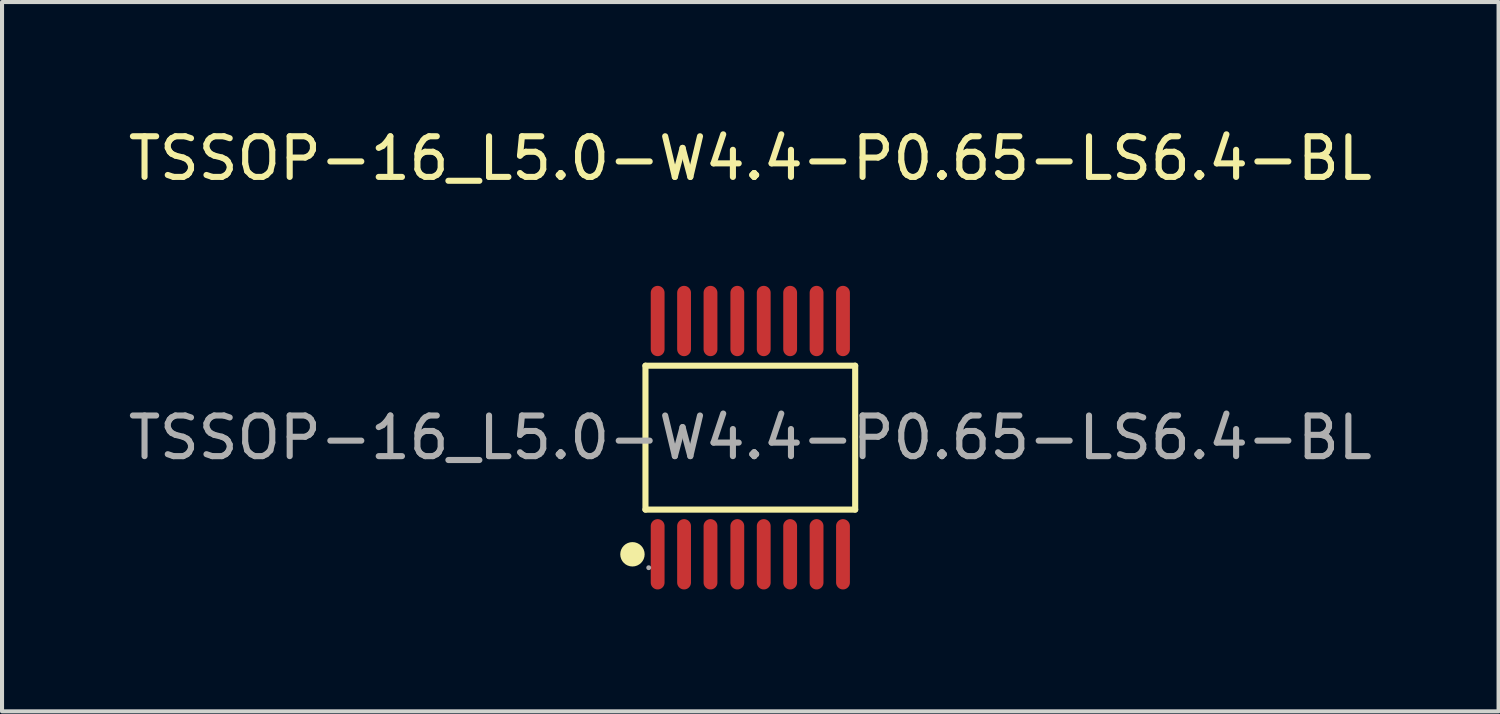
<source format=kicad_pcb>
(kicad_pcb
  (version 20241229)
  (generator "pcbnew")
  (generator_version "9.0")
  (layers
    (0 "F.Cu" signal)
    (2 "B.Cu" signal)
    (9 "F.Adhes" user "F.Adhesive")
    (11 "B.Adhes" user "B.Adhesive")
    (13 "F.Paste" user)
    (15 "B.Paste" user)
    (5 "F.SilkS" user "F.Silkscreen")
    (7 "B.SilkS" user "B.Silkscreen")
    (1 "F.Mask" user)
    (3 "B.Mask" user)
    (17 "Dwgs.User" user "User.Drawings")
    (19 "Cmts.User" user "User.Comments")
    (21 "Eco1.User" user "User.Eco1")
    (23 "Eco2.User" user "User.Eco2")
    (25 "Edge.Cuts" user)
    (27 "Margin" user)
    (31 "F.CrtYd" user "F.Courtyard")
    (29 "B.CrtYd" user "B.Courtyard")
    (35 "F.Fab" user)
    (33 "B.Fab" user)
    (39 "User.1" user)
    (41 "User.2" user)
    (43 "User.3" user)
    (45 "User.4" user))
  (footprint "TSSOP-16_L5.0-W4.4-P0.65-LS6.4-BL"
    (layer "F.Cu")
    (at 15.411 7.718)
    (property "Reference" "TSSOP-16_L5.0-W4.4-P0.65-LS6.4-BL" (at 0 -6.87 0) (layer "F.SilkS") (effects (font (size 1 1) (thickness 0.15))))
    (attr smd)
    (fp_line (start -2.58 -1.77) (end 2.58 -1.77) (stroke (width 0.15) (type solid)) (layer "F.SilkS"))
    (fp_line (start -2.58 1.77) (end -2.58 -1.77) (stroke (width 0.15) (type solid)) (layer "F.SilkS"))
    (fp_line (start 2.58 -1.77) (end 2.58 1.77) (stroke (width 0.15) (type solid)) (layer "F.SilkS"))
    (fp_line (start 2.58 1.77) (end -2.58 1.77) (stroke (width 0.15) (type solid)) (layer "F.SilkS"))
    (fp_circle (center -2.9 2.87) (end -2.75 2.87) (stroke (width 0.3) (type solid)) (fill no) (layer "F.SilkS"))
    (fp_circle (center -2.5 3.2) (end -2.47 3.2) (stroke (width 0.06) (type solid)) (fill no) (layer "F.Fab"))
    (fp_text user "${REFERENCE}" (at 0 0 0) (layer "F.Fab") (effects (font (size 1 1) (thickness 0.15))))
    (pad "1" smd oval (at -2.28 2.87) (size 0.34 1.73) (layers "F.Cu" "F.Mask" "F.Paste"))
    (pad "2" smd oval (at -1.63 2.87) (size 0.34 1.73) (layers "F.Cu" "F.Mask" "F.Paste"))
    (pad "3" smd oval (at -0.98 2.87) (size 0.34 1.73) (layers "F.Cu" "F.Mask" "F.Paste"))
    (pad "4" smd oval (at -0.32 2.87) (size 0.34 1.73) (layers "F.Cu" "F.Mask" "F.Paste"))
    (pad "5" smd oval (at 0.33 2.87) (size 0.34 1.73) (layers "F.Cu" "F.Mask" "F.Paste"))
    (pad "6" smd oval (at 0.98 2.87) (size 0.34 1.73) (layers "F.Cu" "F.Mask" "F.Paste"))
    (pad "7" smd oval (at 1.63 2.87) (size 0.34 1.73) (layers "F.Cu" "F.Mask" "F.Paste"))
    (pad "8" smd oval (at 2.28 2.87) (size 0.34 1.73) (layers "F.Cu" "F.Mask" "F.Paste"))
    (pad "9" smd oval (at 2.28 -2.87) (size 0.34 1.73) (layers "F.Cu" "F.Mask" "F.Paste"))
    (pad "10" smd oval (at 1.63 -2.87) (size 0.34 1.73) (layers "F.Cu" "F.Mask" "F.Paste"))
    (pad "11" smd oval (at 0.98 -2.87) (size 0.34 1.73) (layers "F.Cu" "F.Mask" "F.Paste"))
    (pad "12" smd oval (at 0.33 -2.87) (size 0.34 1.73) (layers "F.Cu" "F.Mask" "F.Paste"))
    (pad "13" smd oval (at -0.32 -2.87) (size 0.34 1.73) (layers "F.Cu" "F.Mask" "F.Paste"))
    (pad "14" smd oval (at -0.98 -2.87) (size 0.34 1.73) (layers "F.Cu" "F.Mask" "F.Paste"))
    (pad "15" smd oval (at -1.63 -2.87) (size 0.34 1.73) (layers "F.Cu" "F.Mask" "F.Paste"))
    (pad "16" smd oval (at -2.28 -2.87) (size 0.34 1.73) (layers "F.Cu" "F.Mask" "F.Paste")))
  (gr_rect
    (start -3 -3)
    (end 33.821 14.453)
    (stroke (width 0.1) (type default))
    (fill no)
    (layer "Edge.Cuts")))
</source>
